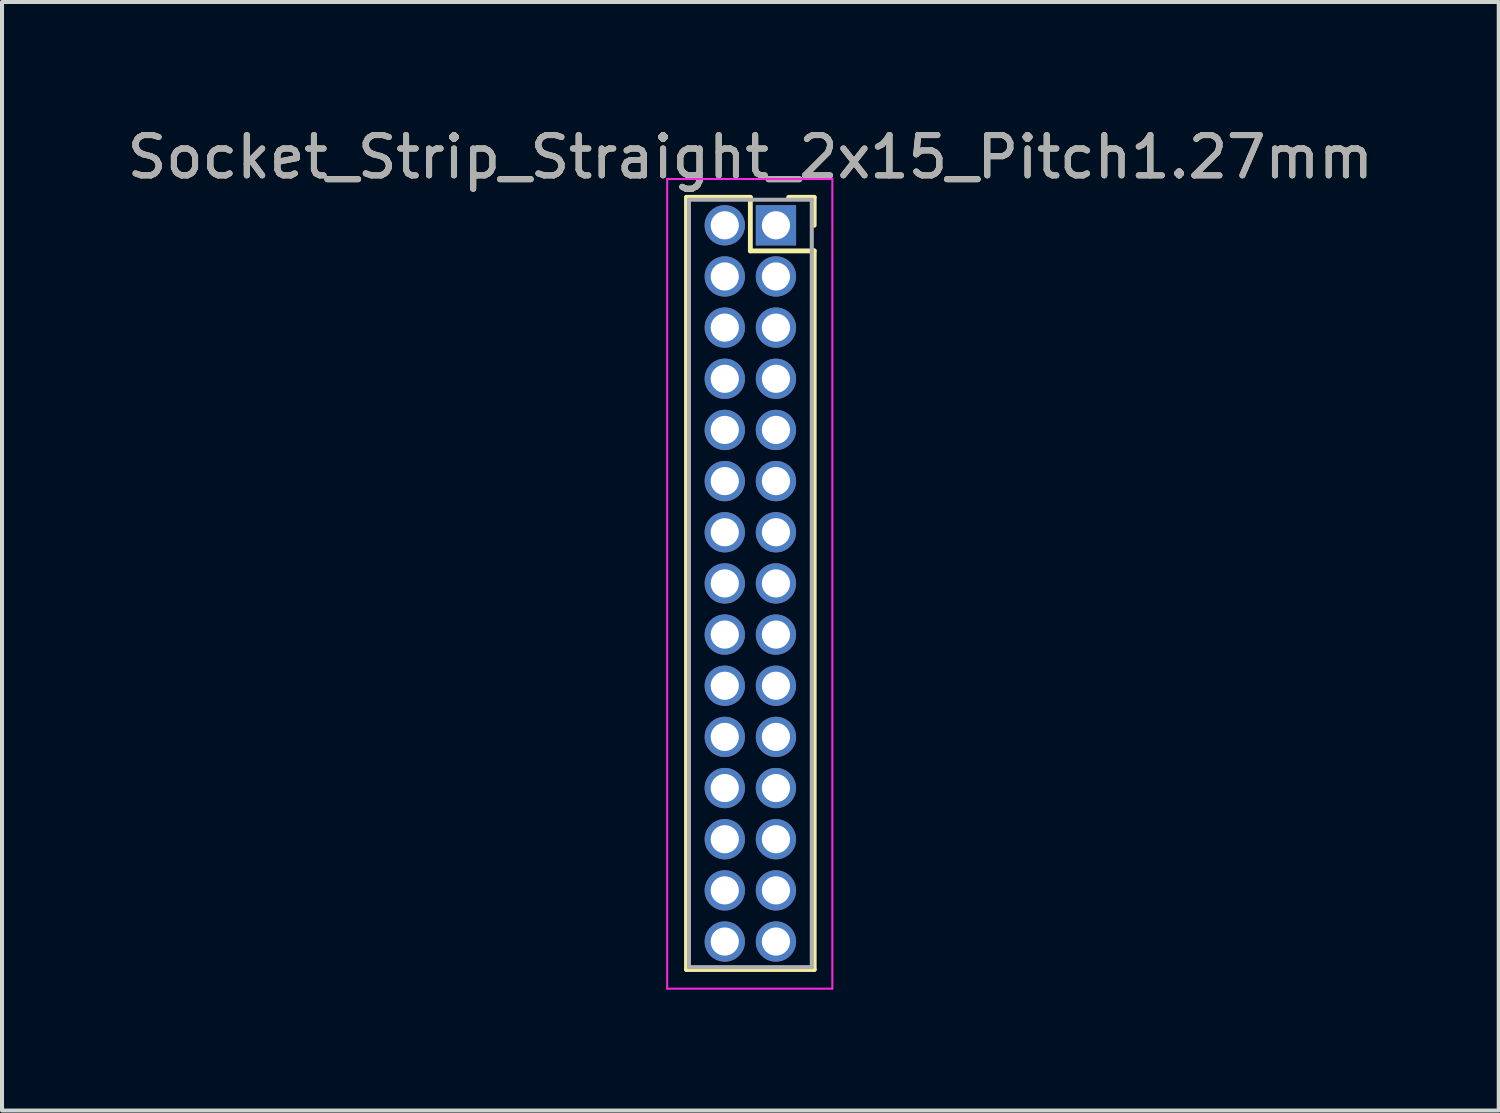
<source format=kicad_pcb>
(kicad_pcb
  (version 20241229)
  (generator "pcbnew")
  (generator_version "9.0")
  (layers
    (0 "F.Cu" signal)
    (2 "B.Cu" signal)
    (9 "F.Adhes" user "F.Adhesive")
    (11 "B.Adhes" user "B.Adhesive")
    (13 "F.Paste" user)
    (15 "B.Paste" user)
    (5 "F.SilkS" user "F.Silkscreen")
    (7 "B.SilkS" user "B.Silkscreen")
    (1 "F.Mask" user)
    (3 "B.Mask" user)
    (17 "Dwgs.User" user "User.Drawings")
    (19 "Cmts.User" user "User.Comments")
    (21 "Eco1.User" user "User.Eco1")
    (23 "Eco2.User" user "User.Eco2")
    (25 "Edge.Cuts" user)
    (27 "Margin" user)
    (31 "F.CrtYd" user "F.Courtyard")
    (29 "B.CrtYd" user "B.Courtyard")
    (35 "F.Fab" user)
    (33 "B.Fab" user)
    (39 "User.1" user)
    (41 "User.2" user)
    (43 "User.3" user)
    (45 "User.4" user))
  (footprint "Socket_Strip_Straight_2x15_Pitch1.27mm"
    (layer "F.Cu")
    (at 16.212 2.543)
    (property "Reference" "Socket_Strip_Straight_2x15_Pitch1.27mm" (at -0.635 -1.695 0) (layer "F.SilkS") (effects (font (size 1 1) (thickness 0.15))))
    (attr through_hole)
    (fp_line (start -2.22 -0.695) (end -0.635 -0.695) (stroke (width 0.12) (type solid)) (layer "F.SilkS"))
    (fp_line (start -2.22 18.475) (end -2.22 -0.695) (stroke (width 0.12) (type solid)) (layer "F.SilkS"))
    (fp_line (start -0.635 -0.695) (end -0.635 0.635) (stroke (width 0.12) (type solid)) (layer "F.SilkS"))
    (fp_line (start -0.635 0.635) (end 0.95 0.635) (stroke (width 0.12) (type solid)) (layer "F.SilkS"))
    (fp_line (start 0.95 -0.695) (end 0.315 -0.695) (stroke (width 0.12) (type solid)) (layer "F.SilkS"))
    (fp_line (start 0.95 0) (end 0.95 -0.695) (stroke (width 0.12) (type solid)) (layer "F.SilkS"))
    (fp_line (start 0.95 0.635) (end 0.95 18.475) (stroke (width 0.12) (type solid)) (layer "F.SilkS"))
    (fp_line (start 0.95 18.475) (end -2.22 18.475) (stroke (width 0.12) (type solid)) (layer "F.SilkS"))
    (fp_line (start -2.7 -1.15) (end -2.7 18.95) (stroke (width 0.05) (type solid)) (layer "F.CrtYd"))
    (fp_line (start -2.7 18.95) (end 1.4 18.95) (stroke (width 0.05) (type solid)) (layer "F.CrtYd"))
    (fp_line (start 1.4 -1.15) (end -2.7 -1.15) (stroke (width 0.05) (type solid)) (layer "F.CrtYd"))
    (fp_line (start 1.4 18.95) (end 1.4 -1.15) (stroke (width 0.05) (type solid)) (layer "F.CrtYd"))
    (fp_line (start -2.16 -0.635) (end -2.16 18.415) (stroke (width 0.1) (type solid)) (layer "F.Fab"))
    (fp_line (start -2.16 18.415) (end 0.89 18.415) (stroke (width 0.1) (type solid)) (layer "F.Fab"))
    (fp_line (start 0.89 -0.635) (end -2.16 -0.635) (stroke (width 0.1) (type solid)) (layer "F.Fab"))
    (fp_line (start 0.89 18.415) (end 0.89 -0.635) (stroke (width 0.1) (type solid)) (layer "F.Fab"))
    (fp_text user "${REFERENCE}" (at -0.635 -1.695 0) (layer "F.Fab") (effects (font (size 1 1) (thickness 0.15))))
    (pad "1" thru_hole rect (at 0 0) (size 1 1) (drill 0.7) (layers "*.Cu" "*.Mask"))
    (pad "2" thru_hole oval (at -1.27 0) (size 1 1) (drill 0.7) (layers "*.Cu" "*.Mask"))
    (pad "3" thru_hole oval (at 0 1.27) (size 1 1) (drill 0.7) (layers "*.Cu" "*.Mask"))
    (pad "4" thru_hole oval (at -1.27 1.27) (size 1 1) (drill 0.7) (layers "*.Cu" "*.Mask"))
    (pad "5" thru_hole oval (at 0 2.54) (size 1 1) (drill 0.7) (layers "*.Cu" "*.Mask"))
    (pad "6" thru_hole oval (at -1.27 2.54) (size 1 1) (drill 0.7) (layers "*.Cu" "*.Mask"))
    (pad "7" thru_hole oval (at 0 3.81) (size 1 1) (drill 0.7) (layers "*.Cu" "*.Mask"))
    (pad "8" thru_hole oval (at -1.27 3.81) (size 1 1) (drill 0.7) (layers "*.Cu" "*.Mask"))
    (pad "9" thru_hole oval (at 0 5.08) (size 1 1) (drill 0.7) (layers "*.Cu" "*.Mask"))
    (pad "10" thru_hole oval (at -1.27 5.08) (size 1 1) (drill 0.7) (layers "*.Cu" "*.Mask"))
    (pad "11" thru_hole oval (at 0 6.35) (size 1 1) (drill 0.7) (layers "*.Cu" "*.Mask"))
    (pad "12" thru_hole oval (at -1.27 6.35) (size 1 1) (drill 0.7) (layers "*.Cu" "*.Mask"))
    (pad "13" thru_hole oval (at 0 7.62) (size 1 1) (drill 0.7) (layers "*.Cu" "*.Mask"))
    (pad "14" thru_hole oval (at -1.27 7.62) (size 1 1) (drill 0.7) (layers "*.Cu" "*.Mask"))
    (pad "15" thru_hole oval (at 0 8.89) (size 1 1) (drill 0.7) (layers "*.Cu" "*.Mask"))
    (pad "16" thru_hole oval (at -1.27 8.89) (size 1 1) (drill 0.7) (layers "*.Cu" "*.Mask"))
    (pad "17" thru_hole oval (at 0 10.16) (size 1 1) (drill 0.7) (layers "*.Cu" "*.Mask"))
    (pad "18" thru_hole oval (at -1.27 10.16) (size 1 1) (drill 0.7) (layers "*.Cu" "*.Mask"))
    (pad "19" thru_hole oval (at 0 11.43) (size 1 1) (drill 0.7) (layers "*.Cu" "*.Mask"))
    (pad "20" thru_hole oval (at -1.27 11.43) (size 1 1) (drill 0.7) (layers "*.Cu" "*.Mask"))
    (pad "21" thru_hole oval (at 0 12.7) (size 1 1) (drill 0.7) (layers "*.Cu" "*.Mask"))
    (pad "22" thru_hole oval (at -1.27 12.7) (size 1 1) (drill 0.7) (layers "*.Cu" "*.Mask"))
    (pad "23" thru_hole oval (at 0 13.97) (size 1 1) (drill 0.7) (layers "*.Cu" "*.Mask"))
    (pad "24" thru_hole oval (at -1.27 13.97) (size 1 1) (drill 0.7) (layers "*.Cu" "*.Mask"))
    (pad "25" thru_hole oval (at 0 15.24) (size 1 1) (drill 0.7) (layers "*.Cu" "*.Mask"))
    (pad "26" thru_hole oval (at -1.27 15.24) (size 1 1) (drill 0.7) (layers "*.Cu" "*.Mask"))
    (pad "27" thru_hole oval (at 0 16.51) (size 1 1) (drill 0.7) (layers "*.Cu" "*.Mask"))
    (pad "28" thru_hole oval (at -1.27 16.51) (size 1 1) (drill 0.7) (layers "*.Cu" "*.Mask"))
    (pad "29" thru_hole oval (at 0 17.78) (size 1 1) (drill 0.7) (layers "*.Cu" "*.Mask"))
    (pad "30" thru_hole oval (at -1.27 17.78) (size 1 1) (drill 0.7) (layers "*.Cu" "*.Mask")))
  (gr_rect
    (start -3 -3)
    (end 34.155 24.518)
    (stroke (width 0.1) (type default))
    (fill no)
    (layer "Edge.Cuts")))
</source>
